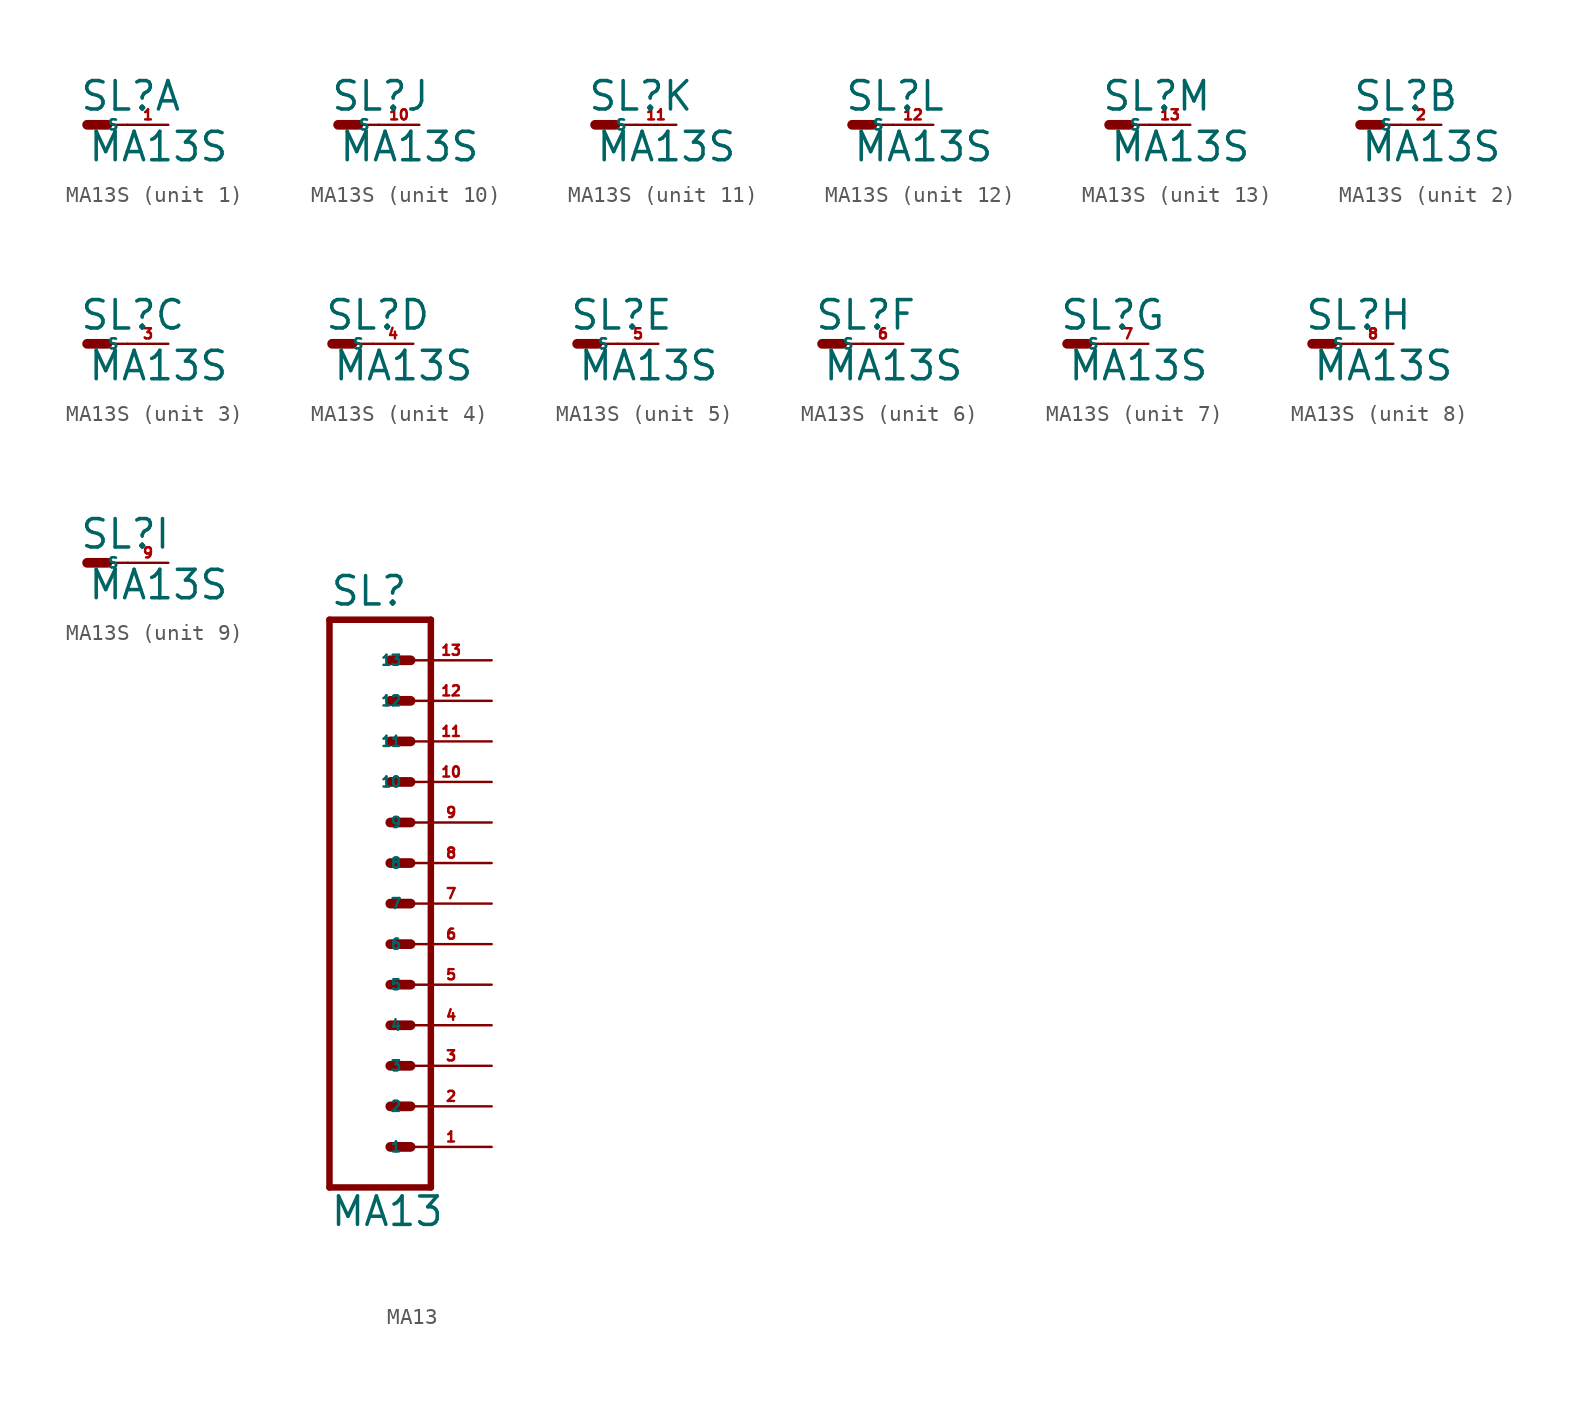
<source format=kicad_sym>
(kicad_symbol_lib
  (version 20220914)
  (generator Eagle2Kicad)
  (symbol "MA13S"
    (property "Reference" "SL"
      (at -0.508 0.762 0)
      (effects (font (size 1.778 1.778) (thickness 0.22)) (justify left bottom)))
    (property "Value" "MA13S"
      (at 0 -2.413 0)
      (effects (font (size 1.778 1.778) (thickness 0.22)) (justify left bottom)))
    (symbol "MA13S_1_0"
      (polyline (pts (xy 0 0) (xy 1.27 0)) (stroke (width 0.61) (type default)) (fill (type none)))
      (polyline (pts (xy 1.27 0) (xy 2.54 0)) (stroke (width 0.152) (type default)) (fill (type none)))
      (pin passive line (at 5.08 0 180) (length 2.54) (name "S" (effects (font (size 0.635 0.635) (thickness 0.08)) (justify left bottom))) (number "1" (effects (font (size 0.635 0.635) (thickness 0.08)) (justify left bottom)))))
    (symbol "MA13S_2_0"
      (polyline (pts (xy 0 0) (xy 1.27 0)) (stroke (width 0.61) (type default)) (fill (type none)))
      (polyline (pts (xy 1.27 0) (xy 2.54 0)) (stroke (width 0.152) (type default)) (fill (type none)))
      (pin passive line (at 5.08 0 180) (length 2.54) (name "S" (effects (font (size 0.635 0.635) (thickness 0.08)) (justify left bottom))) (number "2" (effects (font (size 0.635 0.635) (thickness 0.08)) (justify left bottom)))))
    (symbol "MA13S_3_0"
      (polyline (pts (xy 0 0) (xy 1.27 0)) (stroke (width 0.61) (type default)) (fill (type none)))
      (polyline (pts (xy 1.27 0) (xy 2.54 0)) (stroke (width 0.152) (type default)) (fill (type none)))
      (pin passive line (at 5.08 0 180) (length 2.54) (name "S" (effects (font (size 0.635 0.635) (thickness 0.08)) (justify left bottom))) (number "3" (effects (font (size 0.635 0.635) (thickness 0.08)) (justify left bottom)))))
    (symbol "MA13S_4_0"
      (polyline (pts (xy 0 0) (xy 1.27 0)) (stroke (width 0.61) (type default)) (fill (type none)))
      (polyline (pts (xy 1.27 0) (xy 2.54 0)) (stroke (width 0.152) (type default)) (fill (type none)))
      (pin passive line (at 5.08 0 180) (length 2.54) (name "S" (effects (font (size 0.635 0.635) (thickness 0.08)) (justify left bottom))) (number "4" (effects (font (size 0.635 0.635) (thickness 0.08)) (justify left bottom)))))
    (symbol "MA13S_5_0"
      (polyline (pts (xy 0 0) (xy 1.27 0)) (stroke (width 0.61) (type default)) (fill (type none)))
      (polyline (pts (xy 1.27 0) (xy 2.54 0)) (stroke (width 0.152) (type default)) (fill (type none)))
      (pin passive line (at 5.08 0 180) (length 2.54) (name "S" (effects (font (size 0.635 0.635) (thickness 0.08)) (justify left bottom))) (number "5" (effects (font (size 0.635 0.635) (thickness 0.08)) (justify left bottom)))))
    (symbol "MA13S_6_0"
      (polyline (pts (xy 0 0) (xy 1.27 0)) (stroke (width 0.61) (type default)) (fill (type none)))
      (polyline (pts (xy 1.27 0) (xy 2.54 0)) (stroke (width 0.152) (type default)) (fill (type none)))
      (pin passive line (at 5.08 0 180) (length 2.54) (name "S" (effects (font (size 0.635 0.635) (thickness 0.08)) (justify left bottom))) (number "6" (effects (font (size 0.635 0.635) (thickness 0.08)) (justify left bottom)))))
    (symbol "MA13S_7_0"
      (polyline (pts (xy 0 0) (xy 1.27 0)) (stroke (width 0.61) (type default)) (fill (type none)))
      (polyline (pts (xy 1.27 0) (xy 2.54 0)) (stroke (width 0.152) (type default)) (fill (type none)))
      (pin passive line (at 5.08 0 180) (length 2.54) (name "S" (effects (font (size 0.635 0.635) (thickness 0.08)) (justify left bottom))) (number "7" (effects (font (size 0.635 0.635) (thickness 0.08)) (justify left bottom)))))
    (symbol "MA13S_8_0"
      (polyline (pts (xy 0 0) (xy 1.27 0)) (stroke (width 0.61) (type default)) (fill (type none)))
      (polyline (pts (xy 1.27 0) (xy 2.54 0)) (stroke (width 0.152) (type default)) (fill (type none)))
      (pin passive line (at 5.08 0 180) (length 2.54) (name "S" (effects (font (size 0.635 0.635) (thickness 0.08)) (justify left bottom))) (number "8" (effects (font (size 0.635 0.635) (thickness 0.08)) (justify left bottom)))))
    (symbol "MA13S_9_0"
      (polyline (pts (xy 0 0) (xy 1.27 0)) (stroke (width 0.61) (type default)) (fill (type none)))
      (polyline (pts (xy 1.27 0) (xy 2.54 0)) (stroke (width 0.152) (type default)) (fill (type none)))
      (pin passive line (at 5.08 0 180) (length 2.54) (name "S" (effects (font (size 0.635 0.635) (thickness 0.08)) (justify left bottom))) (number "9" (effects (font (size 0.635 0.635) (thickness 0.08)) (justify left bottom)))))
    (symbol "MA13S_10_0"
      (polyline (pts (xy 0 0) (xy 1.27 0)) (stroke (width 0.61) (type default)) (fill (type none)))
      (polyline (pts (xy 1.27 0) (xy 2.54 0)) (stroke (width 0.152) (type default)) (fill (type none)))
      (pin passive line (at 5.08 0 180) (length 2.54) (name "S" (effects (font (size 0.635 0.635) (thickness 0.08)) (justify left bottom))) (number "10" (effects (font (size 0.635 0.635) (thickness 0.08)) (justify left bottom)))))
    (symbol "MA13S_11_0"
      (polyline (pts (xy 0 0) (xy 1.27 0)) (stroke (width 0.61) (type default)) (fill (type none)))
      (polyline (pts (xy 1.27 0) (xy 2.54 0)) (stroke (width 0.152) (type default)) (fill (type none)))
      (pin passive line (at 5.08 0 180) (length 2.54) (name "S" (effects (font (size 0.635 0.635) (thickness 0.08)) (justify left bottom))) (number "11" (effects (font (size 0.635 0.635) (thickness 0.08)) (justify left bottom)))))
    (symbol "MA13S_12_0"
      (polyline (pts (xy 0 0) (xy 1.27 0)) (stroke (width 0.61) (type default)) (fill (type none)))
      (polyline (pts (xy 1.27 0) (xy 2.54 0)) (stroke (width 0.152) (type default)) (fill (type none)))
      (pin passive line (at 5.08 0 180) (length 2.54) (name "S" (effects (font (size 0.635 0.635) (thickness 0.08)) (justify left bottom))) (number "12" (effects (font (size 0.635 0.635) (thickness 0.08)) (justify left bottom)))))
    (symbol "MA13S_13_0"
      (polyline (pts (xy 0 0) (xy 1.27 0)) (stroke (width 0.61) (type default)) (fill (type none)))
      (polyline (pts (xy 1.27 0) (xy 2.54 0)) (stroke (width 0.152) (type default)) (fill (type none)))
      (pin passive line (at 5.08 0 180) (length 2.54) (name "S" (effects (font (size 0.635 0.635) (thickness 0.08)) (justify left bottom))) (number "13" (effects (font (size 0.635 0.635) (thickness 0.08)) (justify left bottom))))))
  (symbol "MA13"
    (property "Reference" "SL"
      (at -5.08 21.082 0)
      (effects (font (size 1.778 1.778) (thickness 0.22)) (justify left bottom)))
    (property "Value" "MA13"
      (at -5.08 -17.78 0)
      (effects (font (size 1.778 1.778) (thickness 0.22)) (justify left bottom)))
    (polyline
      (pts (xy 1.27 -15.24) (xy -5.08 -15.24))
      (stroke (width 0.406) (type default))
      (fill (type none)))
    (polyline
      (pts (xy -1.27 -7.62) (xy 0 -7.62))
      (stroke (width 0.61) (type default))
      (fill (type none)))
    (polyline
      (pts (xy -1.27 -10.16) (xy 0 -10.16))
      (stroke (width 0.61) (type default))
      (fill (type none)))
    (polyline
      (pts (xy -1.27 -12.7) (xy 0 -12.7))
      (stroke (width 0.61) (type default))
      (fill (type none)))
    (polyline
      (pts (xy -5.08 20.32) (xy -5.08 -15.24))
      (stroke (width 0.406) (type default))
      (fill (type none)))
    (polyline
      (pts (xy 1.27 -15.24) (xy 1.27 20.32))
      (stroke (width 0.406) (type default))
      (fill (type none)))
    (polyline
      (pts (xy -5.08 20.32) (xy 1.27 20.32))
      (stroke (width 0.406) (type default))
      (fill (type none)))
    (polyline
      (pts (xy -1.27 -2.54) (xy 0 -2.54))
      (stroke (width 0.61) (type default))
      (fill (type none)))
    (polyline
      (pts (xy -1.27 -5.08) (xy 0 -5.08))
      (stroke (width 0.61) (type default))
      (fill (type none)))
    (polyline
      (pts (xy -1.27 0) (xy 0 0))
      (stroke (width 0.61) (type default))
      (fill (type none)))
    (polyline
      (pts (xy -1.27 2.54) (xy 0 2.54))
      (stroke (width 0.61) (type default))
      (fill (type none)))
    (polyline
      (pts (xy -1.27 5.08) (xy 0 5.08))
      (stroke (width 0.61) (type default))
      (fill (type none)))
    (polyline
      (pts (xy -1.27 7.62) (xy 0 7.62))
      (stroke (width 0.61) (type default))
      (fill (type none)))
    (polyline
      (pts (xy -1.27 10.16) (xy 0 10.16))
      (stroke (width 0.61) (type default))
      (fill (type none)))
    (polyline
      (pts (xy -1.27 12.7) (xy 0 12.7))
      (stroke (width 0.61) (type default))
      (fill (type none)))
    (polyline
      (pts (xy -1.27 15.24) (xy 0 15.24))
      (stroke (width 0.61) (type default))
      (fill (type none)))
    (polyline
      (pts (xy -1.27 17.78) (xy 0 17.78))
      (stroke (width 0.61) (type default))
      (fill (type none)))
    (pin passive line
      (at 5.08 -12.7 180)
      (length 5.08)
      (name "1" (effects (font (size 0.635 0.635) (thickness 0.08)) (justify left bottom)))
      (number "1" (effects (font (size 0.635 0.635) (thickness 0.08)) (justify left bottom))))
    (pin passive line
      (at 5.08 -10.16 180)
      (length 5.08)
      (name "2" (effects (font (size 0.635 0.635) (thickness 0.08)) (justify left bottom)))
      (number "2" (effects (font (size 0.635 0.635) (thickness 0.08)) (justify left bottom))))
    (pin passive line
      (at 5.08 -7.62 180)
      (length 5.08)
      (name "3" (effects (font (size 0.635 0.635) (thickness 0.08)) (justify left bottom)))
      (number "3" (effects (font (size 0.635 0.635) (thickness 0.08)) (justify left bottom))))
    (pin passive line
      (at 5.08 -5.08 180)
      (length 5.08)
      (name "4" (effects (font (size 0.635 0.635) (thickness 0.08)) (justify left bottom)))
      (number "4" (effects (font (size 0.635 0.635) (thickness 0.08)) (justify left bottom))))
    (pin passive line
      (at 5.08 -2.54 180)
      (length 5.08)
      (name "5" (effects (font (size 0.635 0.635) (thickness 0.08)) (justify left bottom)))
      (number "5" (effects (font (size 0.635 0.635) (thickness 0.08)) (justify left bottom))))
    (pin passive line
      (at 5.08 0 180)
      (length 5.08)
      (name "6" (effects (font (size 0.635 0.635) (thickness 0.08)) (justify left bottom)))
      (number "6" (effects (font (size 0.635 0.635) (thickness 0.08)) (justify left bottom))))
    (pin passive line
      (at 5.08 2.54 180)
      (length 5.08)
      (name "7" (effects (font (size 0.635 0.635) (thickness 0.08)) (justify left bottom)))
      (number "7" (effects (font (size 0.635 0.635) (thickness 0.08)) (justify left bottom))))
    (pin passive line
      (at 5.08 5.08 180)
      (length 5.08)
      (name "8" (effects (font (size 0.635 0.635) (thickness 0.08)) (justify left bottom)))
      (number "8" (effects (font (size 0.635 0.635) (thickness 0.08)) (justify left bottom))))
    (pin passive line
      (at 5.08 7.62 180)
      (length 5.08)
      (name "9" (effects (font (size 0.635 0.635) (thickness 0.08)) (justify left bottom)))
      (number "9" (effects (font (size 0.635 0.635) (thickness 0.08)) (justify left bottom))))
    (pin passive line
      (at 5.08 10.16 180)
      (length 5.08)
      (name "10" (effects (font (size 0.635 0.635) (thickness 0.08)) (justify left bottom)))
      (number "10" (effects (font (size 0.635 0.635) (thickness 0.08)) (justify left bottom))))
    (pin passive line
      (at 5.08 12.7 180)
      (length 5.08)
      (name "11" (effects (font (size 0.635 0.635) (thickness 0.08)) (justify left bottom)))
      (number "11" (effects (font (size 0.635 0.635) (thickness 0.08)) (justify left bottom))))
    (pin passive line
      (at 5.08 15.24 180)
      (length 5.08)
      (name "12" (effects (font (size 0.635 0.635) (thickness 0.08)) (justify left bottom)))
      (number "12" (effects (font (size 0.635 0.635) (thickness 0.08)) (justify left bottom))))
    (pin passive line
      (at 5.08 17.78 180)
      (length 5.08)
      (name "13" (effects (font (size 0.635 0.635) (thickness 0.08)) (justify left bottom)))
      (number "13" (effects (font (size 0.635 0.635) (thickness 0.08)) (justify left bottom))))))
</source>
